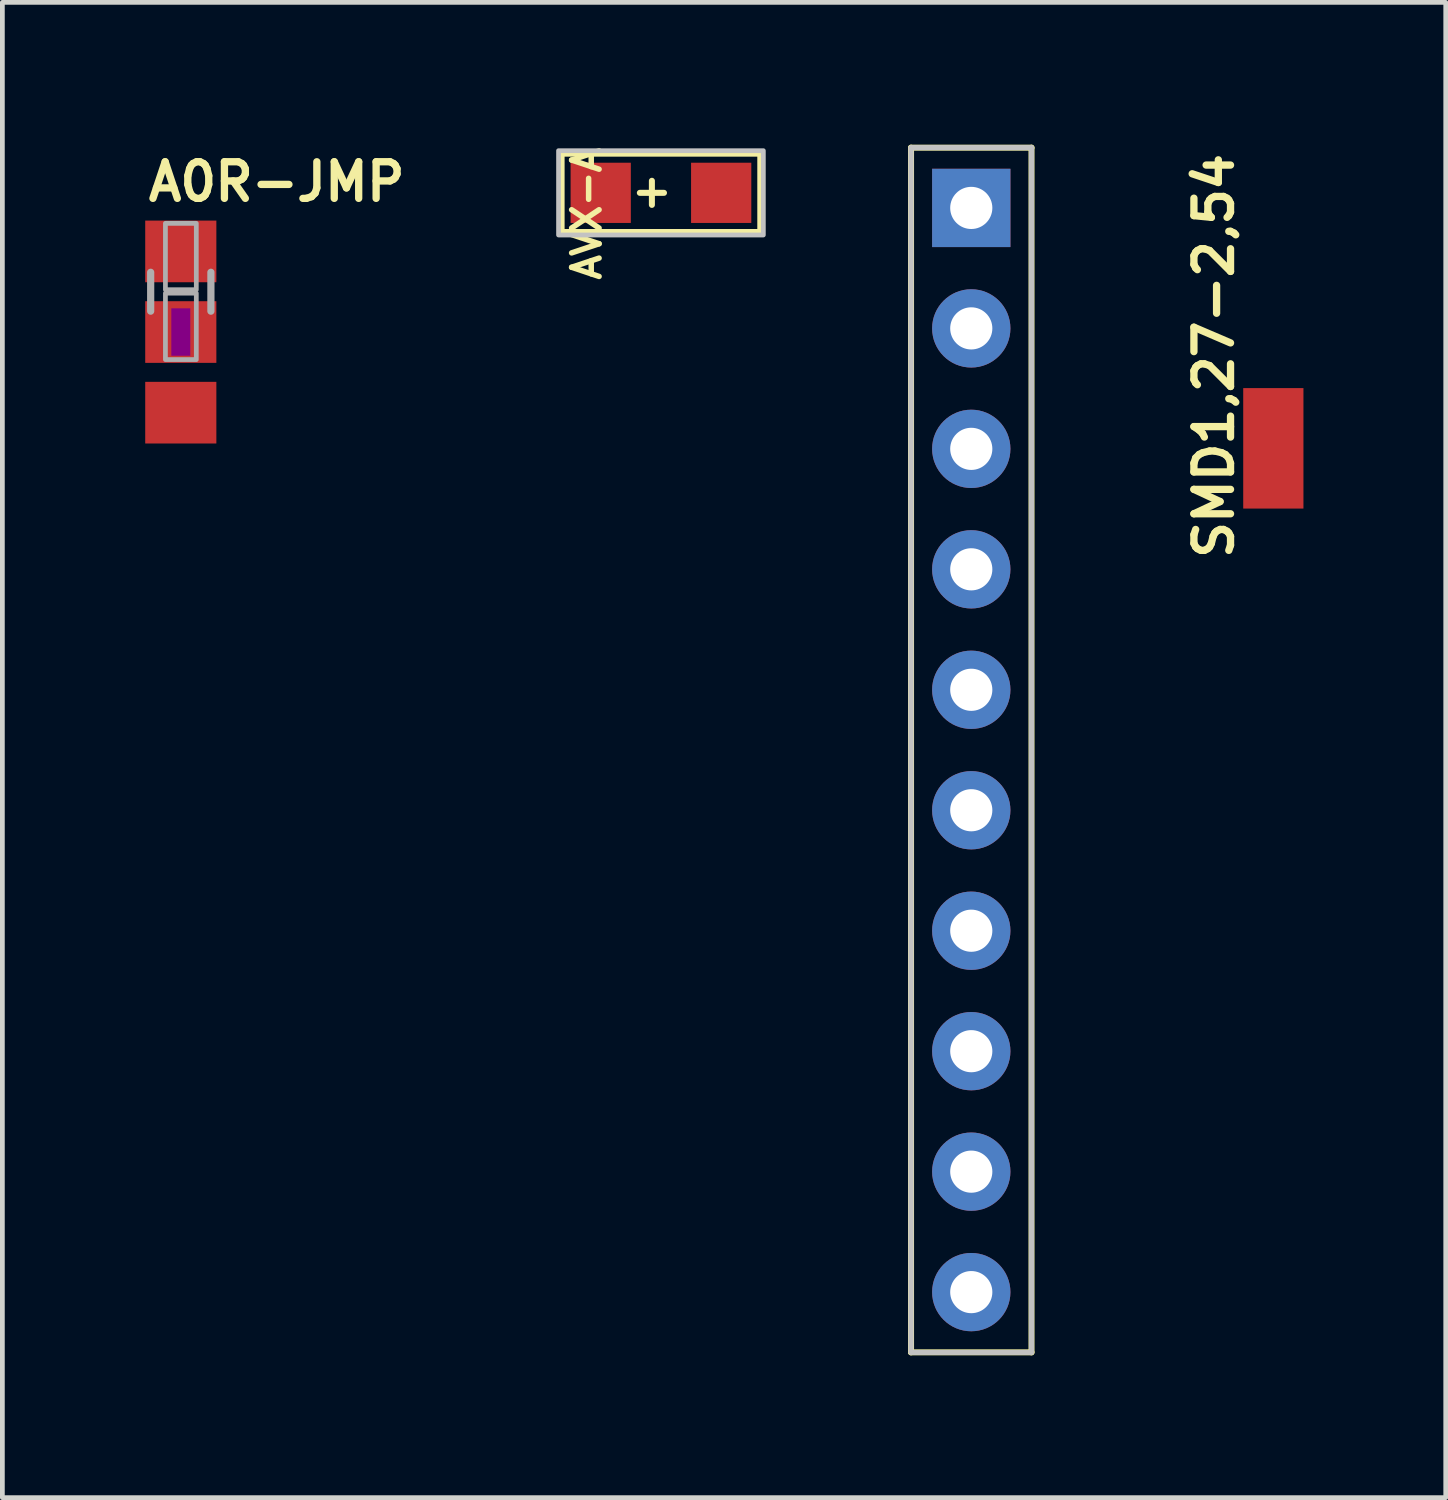
<source format=kicad_pcb>
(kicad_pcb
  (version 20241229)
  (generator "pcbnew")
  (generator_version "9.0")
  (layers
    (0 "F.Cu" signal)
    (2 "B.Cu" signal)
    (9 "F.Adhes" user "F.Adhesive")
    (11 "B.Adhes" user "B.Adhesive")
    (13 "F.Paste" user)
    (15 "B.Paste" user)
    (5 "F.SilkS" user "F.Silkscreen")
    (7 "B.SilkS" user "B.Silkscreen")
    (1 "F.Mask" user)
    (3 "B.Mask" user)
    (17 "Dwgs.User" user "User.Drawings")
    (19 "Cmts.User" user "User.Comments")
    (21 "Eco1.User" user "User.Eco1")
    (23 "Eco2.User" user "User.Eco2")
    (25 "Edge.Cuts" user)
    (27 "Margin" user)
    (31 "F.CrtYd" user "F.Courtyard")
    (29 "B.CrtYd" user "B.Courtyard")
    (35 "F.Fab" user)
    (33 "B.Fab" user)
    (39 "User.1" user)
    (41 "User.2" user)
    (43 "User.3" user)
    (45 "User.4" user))
  (footprint "AVX-A"
    (layer "F.Cu")
    (at 10.886 1.016)
    (property "Reference" "AVX-A" (at -1.905 -1.016 270) (layer "F.SilkS") (effects (font (size 0.579 0.579) (thickness 0.116)) (justify right top)))
    (attr through_hole)
    (fp_line (start -2.095 -0.826) (end 2.095 -0.826) (stroke (width 0.127) (type solid)) (layer "F.SilkS"))
    (fp_line (start -2.095 0.826) (end -2.095 -0.826) (stroke (width 0.127) (type solid)) (layer "F.SilkS"))
    (fp_line (start -0.445 0) (end 0.064 0) (stroke (width 0.127) (type solid)) (layer "F.SilkS"))
    (fp_line (start -0.191 0.254) (end -0.191 -0.254) (stroke (width 0.127) (type solid)) (layer "F.SilkS"))
    (fp_line (start 2.095 -0.826) (end 2.095 0.826) (stroke (width 0.127) (type solid)) (layer "F.SilkS"))
    (fp_line (start 2.095 0.826) (end -2.095 0.826) (stroke (width 0.127) (type solid)) (layer "F.SilkS"))
    (fp_poly (pts (xy -2.159 0.889) (xy 2.159 0.889) (xy 2.159 -0.889) (xy -2.159 -0.889)) (stroke (width 0.1) (type solid)) (fill no) (layer "Dwgs.User"))
    (pad "+" smd rect (at -1.27 0) (size 1.27 1.27) (layers "F.Cu" "F.Mask" "F.Paste"))
    (pad "-" smd rect (at 1.27 0 180) (size 1.27 1.27) (layers "F.Cu" "F.Mask" "F.Paste")))
  (footprint "H10-2.54"
    (layer "F.Cu")
    (at 17.429 12.764)
    (property "Reference" "H10-2.54" (at 0.635 -2.54 90) (layer "F.Mask") (effects (font (size 1.206 1.206) (thickness 0.121)) (justify left bottom)))
    (attr through_hole)
    (fp_line (start -1.27 -12.7) (end 1.27 -12.7) (stroke (width 0.127) (type solid)) (layer "F.SilkS"))
    (fp_line (start -1.27 12.7) (end -1.27 -12.7) (stroke (width 0.127) (type solid)) (layer "F.SilkS"))
    (fp_line (start 1.27 -12.7) (end 1.27 12.7) (stroke (width 0.127) (type solid)) (layer "F.SilkS"))
    (fp_line (start 1.27 12.7) (end -1.27 12.7) (stroke (width 0.127) (type solid)) (layer "F.SilkS"))
    (fp_line (start -1.27 -12.7) (end 1.27 -12.7) (stroke (width 0.1) (type solid)) (layer "Dwgs.User"))
    (fp_line (start -1.27 12.7) (end -1.27 -12.7) (stroke (width 0.1) (type solid)) (layer "Dwgs.User"))
    (fp_line (start 1.27 -12.7) (end 1.27 12.7) (stroke (width 0.1) (type solid)) (layer "Dwgs.User"))
    (fp_line (start 1.27 12.7) (end -1.27 12.7) (stroke (width 0.1) (type solid)) (layer "Dwgs.User"))
    (fp_poly (pts (xy -1.27 12.7) (xy 1.27 12.7) (xy 1.27 -12.7) (xy -1.27 -12.7)) (stroke (width 0.1) (type solid)) (fill no) (layer "Dwgs.User"))
    (pad "1" thru_hole rect (at 0 -11.43) (size 1.651 1.651) (drill 0.889) (layers "*.Cu" "*.Mask"))
    (pad "2" thru_hole circle (at 0 -8.89) (size 1.651 1.651) (drill 0.889) (layers "*.Cu" "*.Mask"))
    (pad "3" thru_hole circle (at 0 -6.35) (size 1.651 1.651) (drill 0.889) (layers "*.Cu" "*.Mask"))
    (pad "4" thru_hole circle (at 0 -3.81) (size 1.651 1.651) (drill 0.889) (layers "*.Cu" "*.Mask"))
    (pad "5" thru_hole circle (at 0 -1.27) (size 1.651 1.651) (drill 0.889) (layers "*.Cu" "*.Mask"))
    (pad "6" thru_hole circle (at 0 1.27) (size 1.651 1.651) (drill 0.889) (layers "*.Cu" "*.Mask"))
    (pad "7" thru_hole circle (at 0 3.81) (size 1.651 1.651) (drill 0.889) (layers "*.Cu" "*.Mask"))
    (pad "8" thru_hole circle (at 0 6.35) (size 1.651 1.651) (drill 0.889) (layers "*.Cu" "*.Mask"))
    (pad "9" thru_hole circle (at 0 8.89) (size 1.651 1.651) (drill 0.889) (layers "*.Cu" "*.Mask"))
    (pad "10" thru_hole circle (at 0 11.43) (size 1.651 1.651) (drill 0.889) (layers "*.Cu" "*.Mask")))
  (footprint "A0R-JMP"
    (layer "F.Cu")
    (at 0.762 3.951)
    (property "Reference" "A0R-JMP" (at -0.762 -2.716 0) (layer "F.SilkS") (effects (font (size 0.772 0.772) (thickness 0.154)) (justify left bottom)))
    (attr through_hole)
    (fp_poly (pts (xy -0.2 0.5) (xy 0.2 0.5) (xy 0.2 -0.5) (xy -0.2 -0.5)) (stroke (width 0) (type solid)) (fill yes) (layer "F.Adhes"))
    (fp_line (start -0.635 -1.26) (end -0.635 -0.44) (stroke (width 0.152) (type solid)) (layer "F.Fab"))
    (fp_line (start 0.635 -1.26) (end 0.635 -0.44) (stroke (width 0.152) (type solid)) (layer "F.Fab"))
    (fp_poly (pts (xy -0.324 -0.892) (xy 0.327 -0.892) (xy 0.327 -2.292) (xy -0.324 -2.292)) (stroke (width 0.1) (type solid)) (fill no) (layer "F.Fab"))
    (fp_poly (pts (xy -0.324 0.581) (xy 0.327 0.581) (xy 0.327 -0.819) (xy -0.324 -0.819)) (stroke (width 0.1) (type solid)) (fill no) (layer "F.Fab"))
    (pad "1" smd rect (at 0 -1.7 270) (size 1.3 1.5) (layers "F.Cu" "F.Mask" "F.Paste"))
    (pad "2" smd rect (at 0 0 270) (size 1.3 1.5) (layers "F.Cu" "F.Mask" "F.Paste"))
    (pad "3" smd rect (at 0 1.7 270) (size 1.3 1.5) (layers "F.Cu" "F.Mask" "F.Paste")))
  (footprint "SMD1,27-2,54"
    (layer "F.Cu")
    (at 23.798 6.403)
    (property "Reference" "SMD1,27-2,54" (at -0.8 2.4 90) (layer "F.SilkS") (effects (font (size 0.772 0.772) (thickness 0.154)) (justify left bottom)))
    (attr through_hole)
    (pad "1" smd rect (at 0 0) (size 1.27 2.54) (layers "F.Cu" "F.Mask" "F.Paste")))
  (gr_rect
    (start -3 -3)
    (end 27.433 28.527)
    (stroke (width 0.1) (type default))
    (fill no)
    (layer "Edge.Cuts")))
</source>
